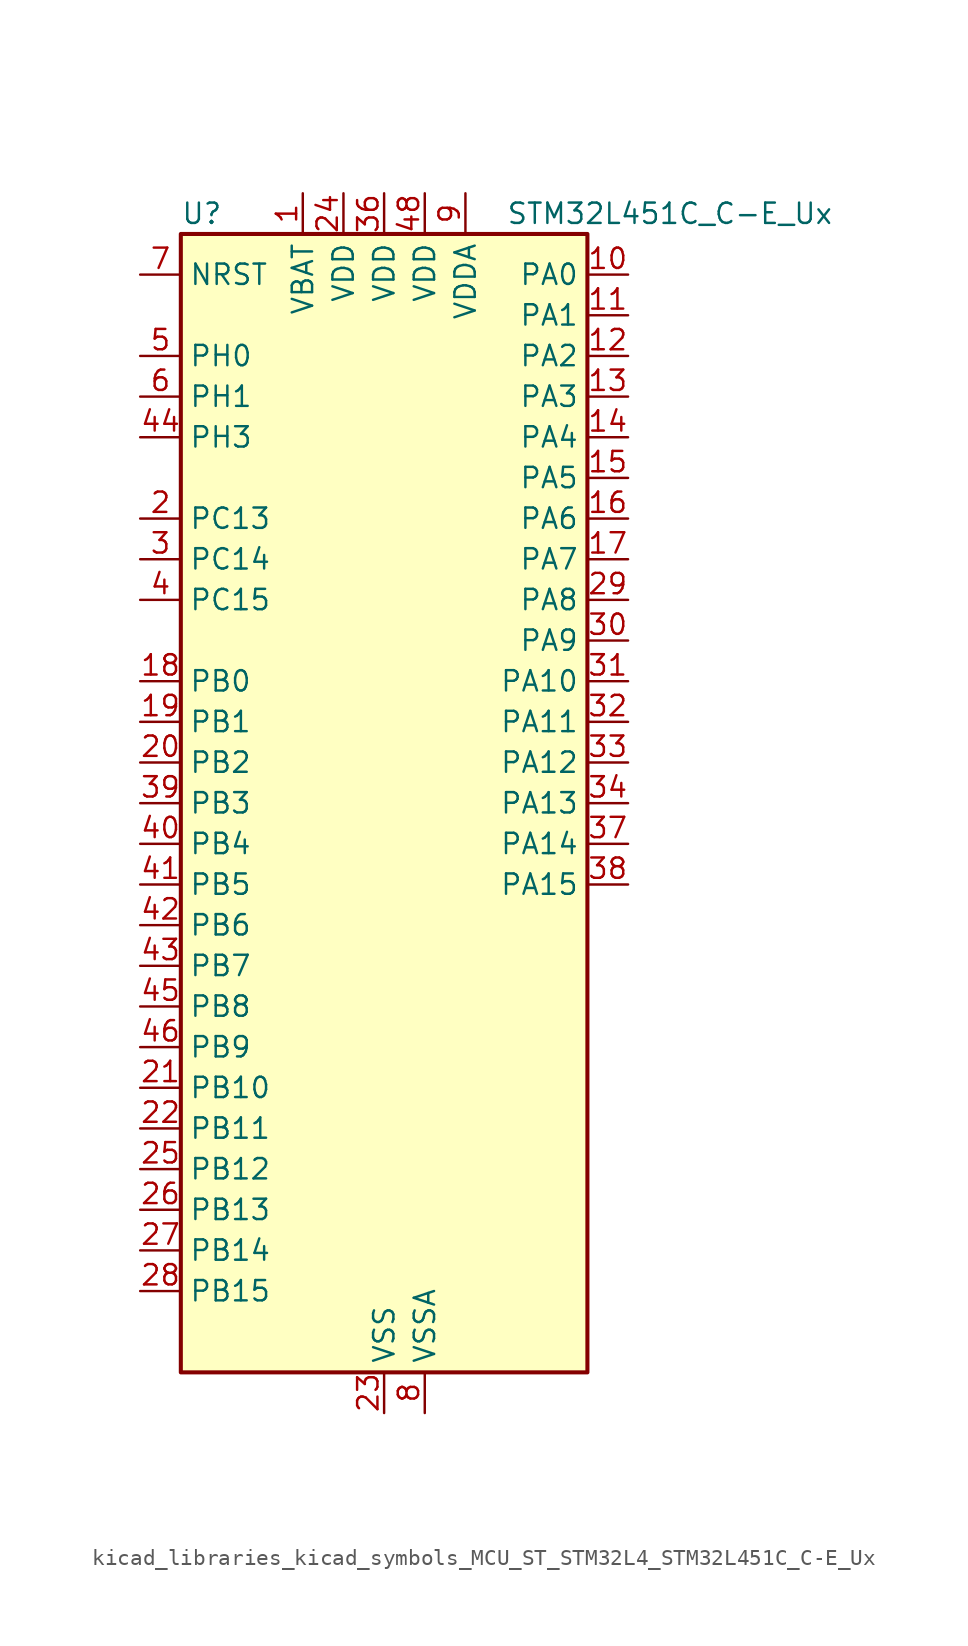
<source format=kicad_sym>
(kicad_symbol_lib
  (version 20220914)
  (generator kicad_symbol_editor)
  (symbol "kicad_libraries_kicad_symbols_MCU_ST_STM32L4_STM32L451C_C-E_Ux"
    (property "Reference" "U"
      (at -12.7 36.83 0)
      (effects (font (size 1.27 1.27)) (justify left)))
    (property "Value" "STM32L451C_C-E_Ux"
      (at 7.62 36.83 0)
      (effects (font (size 1.27 1.27)) (justify left)))
    (property "ki_locked" ""
      (at 0 0 0)
      (effects (font (size 1.27 1.27))))
    (symbol "kicad_libraries_kicad_symbols_MCU_ST_STM32L4_STM32L451C_C-E_Ux_0_1"
      (rectangle (start -12.7 -35.56) (end 12.7 35.56) (stroke (width 0.254) (type default)) (fill (type background))))
    (symbol "kicad_libraries_kicad_symbols_MCU_ST_STM32L4_STM32L451C_C-E_Ux_1_1"
      (pin power_in line (at -5.08 38.1 270) (length 2.54) (name "VBAT" (effects (font (size 1.27 1.27)))) (number "1" (effects (font (size 1.27 1.27)))))
      (pin bidirectional line (at 15.24 33.02 180) (length 2.54) (name "PA0" (effects (font (size 1.27 1.27)))) (number "10" (effects (font (size 1.27 1.27)))) (alternate "ADC1_IN5" bidirectional line) (alternate "COMP1_INM" bidirectional line) (alternate "COMP1_OUT" bidirectional line) (alternate "OPAMP1_VINP" bidirectional line) (alternate "RTC_TAMP2" bidirectional line) (alternate "SAI1_EXTCLK" bidirectional line) (alternate "SYS_WKUP1" bidirectional line) (alternate "TIM2_CH1" bidirectional line) (alternate "TIM2_ETR" bidirectional line) (alternate "UART4_TX" bidirectional line) (alternate "USART2_CTS" bidirectional line))
      (pin bidirectional line (at 15.24 30.48 180) (length 2.54) (name "PA1" (effects (font (size 1.27 1.27)))) (number "11" (effects (font (size 1.27 1.27)))) (alternate "ADC1_IN6" bidirectional line) (alternate "COMP1_INP" bidirectional line) (alternate "I2C1_SMBA" bidirectional line) (alternate "OPAMP1_VINM" bidirectional line) (alternate "SPI1_SCK" bidirectional line) (alternate "TIM15_CH1N" bidirectional line) (alternate "TIM2_CH2" bidirectional line) (alternate "UART4_RX" bidirectional line) (alternate "USART2_DE" bidirectional line) (alternate "USART2_RTS" bidirectional line))
      (pin bidirectional line (at 15.24 27.94 180) (length 2.54) (name "PA2" (effects (font (size 1.27 1.27)))) (number "12" (effects (font (size 1.27 1.27)))) (alternate "ADC1_IN7" bidirectional line) (alternate "COMP2_INM" bidirectional line) (alternate "COMP2_OUT" bidirectional line) (alternate "LPUART1_TX" bidirectional line) (alternate "QUADSPI_BK1_NCS" bidirectional line) (alternate "RCC_LSCO" bidirectional line) (alternate "SYS_WKUP4" bidirectional line) (alternate "TIM15_CH1" bidirectional line) (alternate "TIM2_CH3" bidirectional line) (alternate "USART2_TX" bidirectional line))
      (pin bidirectional line (at 15.24 25.4 180) (length 2.54) (name "PA3" (effects (font (size 1.27 1.27)))) (number "13" (effects (font (size 1.27 1.27)))) (alternate "ADC1_IN8" bidirectional line) (alternate "COMP2_INP" bidirectional line) (alternate "LPUART1_RX" bidirectional line) (alternate "OPAMP1_VOUT" bidirectional line) (alternate "QUADSPI_CLK" bidirectional line) (alternate "SAI1_MCLK_A" bidirectional line) (alternate "TIM15_CH2" bidirectional line) (alternate "TIM2_CH4" bidirectional line) (alternate "USART2_RX" bidirectional line))
      (pin bidirectional line (at 15.24 22.86 180) (length 2.54) (name "PA4" (effects (font (size 1.27 1.27)))) (number "14" (effects (font (size 1.27 1.27)))) (alternate "ADC1_IN9" bidirectional line) (alternate "COMP1_INM" bidirectional line) (alternate "COMP2_INM" bidirectional line) (alternate "DAC1_OUT1" bidirectional line) (alternate "LPTIM2_OUT" bidirectional line) (alternate "SAI1_FS_B" bidirectional line) (alternate "SPI1_NSS" bidirectional line) (alternate "SPI3_NSS" bidirectional line) (alternate "USART2_CK" bidirectional line))
      (pin bidirectional line (at 15.24 20.32 180) (length 2.54) (name "PA5" (effects (font (size 1.27 1.27)))) (number "15" (effects (font (size 1.27 1.27)))) (alternate "ADC1_IN10" bidirectional line) (alternate "COMP1_INM" bidirectional line) (alternate "COMP2_INM" bidirectional line) (alternate "DFSDM1_CKOUT" bidirectional line) (alternate "LPTIM2_ETR" bidirectional line) (alternate "SPI1_SCK" bidirectional line) (alternate "TIM2_CH1" bidirectional line) (alternate "TIM2_ETR" bidirectional line))
      (pin bidirectional line (at 15.24 17.78 180) (length 2.54) (name "PA6" (effects (font (size 1.27 1.27)))) (number "16" (effects (font (size 1.27 1.27)))) (alternate "ADC1_IN11" bidirectional line) (alternate "COMP1_OUT" bidirectional line) (alternate "LPUART1_CTS" bidirectional line) (alternate "QUADSPI_BK1_IO3" bidirectional line) (alternate "SPI1_MISO" bidirectional line) (alternate "TIM16_CH1" bidirectional line) (alternate "TIM1_BKIN" bidirectional line) (alternate "TIM1_BKIN_COMP2" bidirectional line) (alternate "TIM3_CH1" bidirectional line) (alternate "USART3_CTS" bidirectional line))
      (pin bidirectional line (at 15.24 15.24 180) (length 2.54) (name "PA7" (effects (font (size 1.27 1.27)))) (number "17" (effects (font (size 1.27 1.27)))) (alternate "ADC1_IN12" bidirectional line) (alternate "COMP2_OUT" bidirectional line) (alternate "DFSDM1_DATIN0" bidirectional line) (alternate "I2C3_SCL" bidirectional line) (alternate "QUADSPI_BK1_IO2" bidirectional line) (alternate "SPI1_MOSI" bidirectional line) (alternate "TIM1_CH1N" bidirectional line) (alternate "TIM3_CH2" bidirectional line))
      (pin bidirectional line (at -15.24 7.62 0) (length 2.54) (name "PB0" (effects (font (size 1.27 1.27)))) (number "18" (effects (font (size 1.27 1.27)))) (alternate "ADC1_IN15" bidirectional line) (alternate "COMP1_OUT" bidirectional line) (alternate "DFSDM1_CKIN0" bidirectional line) (alternate "QUADSPI_BK1_IO1" bidirectional line) (alternate "SAI1_EXTCLK" bidirectional line) (alternate "SPI1_NSS" bidirectional line) (alternate "TIM1_CH2N" bidirectional line) (alternate "TIM3_CH3" bidirectional line) (alternate "USART3_CK" bidirectional line))
      (pin bidirectional line (at -15.24 5.08 0) (length 2.54) (name "PB1" (effects (font (size 1.27 1.27)))) (number "19" (effects (font (size 1.27 1.27)))) (alternate "ADC1_IN16" bidirectional line) (alternate "COMP1_INM" bidirectional line) (alternate "DFSDM1_DATIN0" bidirectional line) (alternate "LPTIM2_IN1" bidirectional line) (alternate "LPUART1_DE" bidirectional line) (alternate "LPUART1_RTS" bidirectional line) (alternate "QUADSPI_BK1_IO0" bidirectional line) (alternate "TIM1_CH3N" bidirectional line) (alternate "TIM3_CH4" bidirectional line) (alternate "USART3_DE" bidirectional line) (alternate "USART3_RTS" bidirectional line))
      (pin bidirectional line (at -15.24 17.78 0) (length 2.54) (name "PC13" (effects (font (size 1.27 1.27)))) (number "2" (effects (font (size 1.27 1.27)))) (alternate "RTC_OUT_ALARM" bidirectional line) (alternate "RTC_OUT_CALIB" bidirectional line) (alternate "RTC_TAMP1" bidirectional line) (alternate "RTC_TS" bidirectional line) (alternate "SYS_WKUP2" bidirectional line))
      (pin bidirectional line (at -15.24 2.54 0) (length 2.54) (name "PB2" (effects (font (size 1.27 1.27)))) (number "20" (effects (font (size 1.27 1.27)))) (alternate "COMP1_INP" bidirectional line) (alternate "DFSDM1_CKIN0" bidirectional line) (alternate "I2C3_SMBA" bidirectional line) (alternate "LPTIM1_OUT" bidirectional line) (alternate "RTC_OUT_ALARM" bidirectional line) (alternate "RTC_OUT_CALIB" bidirectional line))
      (pin bidirectional line (at -15.24 -17.78 0) (length 2.54) (name "PB10" (effects (font (size 1.27 1.27)))) (number "21" (effects (font (size 1.27 1.27)))) (alternate "COMP1_OUT" bidirectional line) (alternate "I2C2_SCL" bidirectional line) (alternate "I2C4_SCL" bidirectional line) (alternate "LPUART1_RX" bidirectional line) (alternate "QUADSPI_CLK" bidirectional line) (alternate "SAI1_SCK_A" bidirectional line) (alternate "SPI2_SCK" bidirectional line) (alternate "TIM2_CH3" bidirectional line) (alternate "TSC_SYNC" bidirectional line) (alternate "USART3_TX" bidirectional line))
      (pin bidirectional line (at -15.24 -20.32 0) (length 2.54) (name "PB11" (effects (font (size 1.27 1.27)))) (number "22" (effects (font (size 1.27 1.27)))) (alternate "ADC1_EXTI11" bidirectional line) (alternate "COMP2_OUT" bidirectional line) (alternate "I2C2_SDA" bidirectional line) (alternate "I2C4_SDA" bidirectional line) (alternate "LPUART1_TX" bidirectional line) (alternate "QUADSPI_BK1_NCS" bidirectional line) (alternate "TIM2_CH4" bidirectional line) (alternate "USART3_RX" bidirectional line))
      (pin power_in line (at 0 -38.1 90) (length 2.54) (name "VSS" (effects (font (size 1.27 1.27)))) (number "23" (effects (font (size 1.27 1.27)))))
      (pin power_in line (at -2.54 38.1 270) (length 2.54) (name "VDD" (effects (font (size 1.27 1.27)))) (number "24" (effects (font (size 1.27 1.27)))))
      (pin bidirectional line (at -15.24 -22.86 0) (length 2.54) (name "PB12" (effects (font (size 1.27 1.27)))) (number "25" (effects (font (size 1.27 1.27)))) (alternate "CAN1_RX" bidirectional line) (alternate "DFSDM1_DATIN1" bidirectional line) (alternate "I2C2_SMBA" bidirectional line) (alternate "LPUART1_DE" bidirectional line) (alternate "LPUART1_RTS" bidirectional line) (alternate "SAI1_FS_A" bidirectional line) (alternate "SPI2_NSS" bidirectional line) (alternate "TIM15_BKIN" bidirectional line) (alternate "TIM1_BKIN" bidirectional line) (alternate "TIM1_BKIN_COMP2" bidirectional line) (alternate "TSC_G1_IO1" bidirectional line) (alternate "USART3_CK" bidirectional line))
      (pin bidirectional line (at -15.24 -25.4 0) (length 2.54) (name "PB13" (effects (font (size 1.27 1.27)))) (number "26" (effects (font (size 1.27 1.27)))) (alternate "CAN1_TX" bidirectional line) (alternate "DFSDM1_CKIN1" bidirectional line) (alternate "I2C2_SCL" bidirectional line) (alternate "LPUART1_CTS" bidirectional line) (alternate "SAI1_SCK_A" bidirectional line) (alternate "SPI2_SCK" bidirectional line) (alternate "TIM15_CH1N" bidirectional line) (alternate "TIM1_CH1N" bidirectional line) (alternate "TSC_G1_IO2" bidirectional line) (alternate "USART3_CTS" bidirectional line))
      (pin bidirectional line (at -15.24 -27.94 0) (length 2.54) (name "PB14" (effects (font (size 1.27 1.27)))) (number "27" (effects (font (size 1.27 1.27)))) (alternate "DFSDM1_DATIN2" bidirectional line) (alternate "I2C2_SDA" bidirectional line) (alternate "SAI1_MCLK_A" bidirectional line) (alternate "SPI2_MISO" bidirectional line) (alternate "TIM15_CH1" bidirectional line) (alternate "TIM1_CH2N" bidirectional line) (alternate "TSC_G1_IO3" bidirectional line) (alternate "USART3_DE" bidirectional line) (alternate "USART3_RTS" bidirectional line))
      (pin bidirectional line (at -15.24 -30.48 0) (length 2.54) (name "PB15" (effects (font (size 1.27 1.27)))) (number "28" (effects (font (size 1.27 1.27)))) (alternate "ADC1_EXTI15" bidirectional line) (alternate "DFSDM1_CKIN2" bidirectional line) (alternate "RTC_REFIN" bidirectional line) (alternate "SAI1_SD_A" bidirectional line) (alternate "SPI2_MOSI" bidirectional line) (alternate "TIM15_CH2" bidirectional line) (alternate "TIM1_CH3N" bidirectional line) (alternate "TSC_G1_IO4" bidirectional line))
      (pin bidirectional line (at 15.24 12.7 180) (length 2.54) (name "PA8" (effects (font (size 1.27 1.27)))) (number "29" (effects (font (size 1.27 1.27)))) (alternate "DFSDM1_CKIN1" bidirectional line) (alternate "LPTIM2_OUT" bidirectional line) (alternate "RCC_MCO" bidirectional line) (alternate "SAI1_SCK_A" bidirectional line) (alternate "TIM1_CH1" bidirectional line) (alternate "USART1_CK" bidirectional line))
      (pin bidirectional line (at -15.24 15.24 0) (length 2.54) (name "PC14" (effects (font (size 1.27 1.27)))) (number "3" (effects (font (size 1.27 1.27)))) (alternate "RCC_OSC32_IN" bidirectional line))
      (pin bidirectional line (at 15.24 10.16 180) (length 2.54) (name "PA9" (effects (font (size 1.27 1.27)))) (number "30" (effects (font (size 1.27 1.27)))) (alternate "DAC1_EXTI9" bidirectional line) (alternate "DFSDM1_DATIN1" bidirectional line) (alternate "I2C1_SCL" bidirectional line) (alternate "SAI1_FS_A" bidirectional line) (alternate "TIM15_BKIN" bidirectional line) (alternate "TIM1_CH2" bidirectional line) (alternate "USART1_TX" bidirectional line))
      (pin bidirectional line (at 15.24 7.62 180) (length 2.54) (name "PA10" (effects (font (size 1.27 1.27)))) (number "31" (effects (font (size 1.27 1.27)))) (alternate "I2C1_SDA" bidirectional line) (alternate "SAI1_SD_A" bidirectional line) (alternate "TIM1_CH3" bidirectional line) (alternate "USART1_RX" bidirectional line))
      (pin bidirectional line (at 15.24 5.08 180) (length 2.54) (name "PA11" (effects (font (size 1.27 1.27)))) (number "32" (effects (font (size 1.27 1.27)))) (alternate "ADC1_EXTI11" bidirectional line) (alternate "CAN1_RX" bidirectional line) (alternate "COMP1_OUT" bidirectional line) (alternate "SPI1_MISO" bidirectional line) (alternate "TIM1_BKIN2" bidirectional line) (alternate "TIM1_BKIN2_COMP1" bidirectional line) (alternate "TIM1_CH4" bidirectional line) (alternate "USART1_CTS" bidirectional line))
      (pin bidirectional line (at 15.24 2.54 180) (length 2.54) (name "PA12" (effects (font (size 1.27 1.27)))) (number "33" (effects (font (size 1.27 1.27)))) (alternate "CAN1_TX" bidirectional line) (alternate "SPI1_MOSI" bidirectional line) (alternate "TIM1_ETR" bidirectional line) (alternate "USART1_DE" bidirectional line) (alternate "USART1_RTS" bidirectional line))
      (pin bidirectional line (at 15.24 0 180) (length 2.54) (name "PA13" (effects (font (size 1.27 1.27)))) (number "34" (effects (font (size 1.27 1.27)))) (alternate "IR_OUT" bidirectional line) (alternate "SAI1_SD_B" bidirectional line) (alternate "SYS_JTMS-SWDIO" bidirectional line))
      (pin passive line (at 0 -38.1 90) (length 2.54) hide (name "VSS" (effects (font (size 1.27 1.27)))) (number "35" (effects (font (size 1.27 1.27)))))
      (pin power_in line (at 0 38.1 270) (length 2.54) (name "VDD" (effects (font (size 1.27 1.27)))) (number "36" (effects (font (size 1.27 1.27)))))
      (pin bidirectional line (at 15.24 -2.54 180) (length 2.54) (name "PA14" (effects (font (size 1.27 1.27)))) (number "37" (effects (font (size 1.27 1.27)))) (alternate "I2C1_SMBA" bidirectional line) (alternate "I2C4_SMBA" bidirectional line) (alternate "LPTIM1_OUT" bidirectional line) (alternate "SAI1_FS_B" bidirectional line) (alternate "SYS_JTCK-SWCLK" bidirectional line))
      (pin bidirectional line (at 15.24 -5.08 180) (length 2.54) (name "PA15" (effects (font (size 1.27 1.27)))) (number "38" (effects (font (size 1.27 1.27)))) (alternate "ADC1_EXTI15" bidirectional line) (alternate "SPI1_NSS" bidirectional line) (alternate "SPI3_NSS" bidirectional line) (alternate "SYS_JTDI" bidirectional line) (alternate "TIM2_CH1" bidirectional line) (alternate "TIM2_ETR" bidirectional line) (alternate "UART4_DE" bidirectional line) (alternate "UART4_RTS" bidirectional line) (alternate "USART2_RX" bidirectional line) (alternate "USART3_DE" bidirectional line) (alternate "USART3_RTS" bidirectional line))
      (pin bidirectional line (at -15.24 0 0) (length 2.54) (name "PB3" (effects (font (size 1.27 1.27)))) (number "39" (effects (font (size 1.27 1.27)))) (alternate "COMP2_INM" bidirectional line) (alternate "SAI1_SCK_B" bidirectional line) (alternate "SPI1_SCK" bidirectional line) (alternate "SPI3_SCK" bidirectional line) (alternate "SYS_JTDO-SWO" bidirectional line) (alternate "TIM2_CH2" bidirectional line) (alternate "USART1_DE" bidirectional line) (alternate "USART1_RTS" bidirectional line))
      (pin bidirectional line (at -15.24 12.7 0) (length 2.54) (name "PC15" (effects (font (size 1.27 1.27)))) (number "4" (effects (font (size 1.27 1.27)))) (alternate "ADC1_EXTI15" bidirectional line) (alternate "RCC_OSC32_OUT" bidirectional line))
      (pin bidirectional line (at -15.24 -2.54 0) (length 2.54) (name "PB4" (effects (font (size 1.27 1.27)))) (number "40" (effects (font (size 1.27 1.27)))) (alternate "COMP2_INP" bidirectional line) (alternate "I2C3_SDA" bidirectional line) (alternate "SAI1_MCLK_B" bidirectional line) (alternate "SPI1_MISO" bidirectional line) (alternate "SPI3_MISO" bidirectional line) (alternate "SYS_JTRST" bidirectional line) (alternate "TIM3_CH1" bidirectional line) (alternate "TSC_G2_IO1" bidirectional line) (alternate "USART1_CTS" bidirectional line))
      (pin bidirectional line (at -15.24 -5.08 0) (length 2.54) (name "PB5" (effects (font (size 1.27 1.27)))) (number "41" (effects (font (size 1.27 1.27)))) (alternate "CAN1_RX" bidirectional line) (alternate "COMP2_OUT" bidirectional line) (alternate "I2C1_SMBA" bidirectional line) (alternate "LPTIM1_IN1" bidirectional line) (alternate "SAI1_SD_B" bidirectional line) (alternate "SPI1_MOSI" bidirectional line) (alternate "SPI3_MOSI" bidirectional line) (alternate "TIM16_BKIN" bidirectional line) (alternate "TIM3_CH2" bidirectional line) (alternate "TSC_G2_IO2" bidirectional line) (alternate "USART1_CK" bidirectional line))
      (pin bidirectional line (at -15.24 -7.62 0) (length 2.54) (name "PB6" (effects (font (size 1.27 1.27)))) (number "42" (effects (font (size 1.27 1.27)))) (alternate "CAN1_TX" bidirectional line) (alternate "COMP2_INP" bidirectional line) (alternate "I2C1_SCL" bidirectional line) (alternate "I2C4_SCL" bidirectional line) (alternate "LPTIM1_ETR" bidirectional line) (alternate "SAI1_FS_B" bidirectional line) (alternate "TIM16_CH1N" bidirectional line) (alternate "TSC_G2_IO3" bidirectional line) (alternate "USART1_TX" bidirectional line))
      (pin bidirectional line (at -15.24 -10.16 0) (length 2.54) (name "PB7" (effects (font (size 1.27 1.27)))) (number "43" (effects (font (size 1.27 1.27)))) (alternate "COMP2_INM" bidirectional line) (alternate "I2C1_SDA" bidirectional line) (alternate "I2C4_SDA" bidirectional line) (alternate "LPTIM1_IN2" bidirectional line) (alternate "SYS_PVD_IN" bidirectional line) (alternate "TSC_G2_IO4" bidirectional line) (alternate "UART4_CTS" bidirectional line) (alternate "USART1_RX" bidirectional line))
      (pin bidirectional line (at -15.24 22.86 0) (length 2.54) (name "PH3" (effects (font (size 1.27 1.27)))) (number "44" (effects (font (size 1.27 1.27)))))
      (pin bidirectional line (at -15.24 -12.7 0) (length 2.54) (name "PB8" (effects (font (size 1.27 1.27)))) (number "45" (effects (font (size 1.27 1.27)))) (alternate "CAN1_RX" bidirectional line) (alternate "I2C1_SCL" bidirectional line) (alternate "SAI1_MCLK_A" bidirectional line) (alternate "TIM16_CH1" bidirectional line))
      (pin bidirectional line (at -15.24 -15.24 0) (length 2.54) (name "PB9" (effects (font (size 1.27 1.27)))) (number "46" (effects (font (size 1.27 1.27)))) (alternate "CAN1_TX" bidirectional line) (alternate "DAC1_EXTI9" bidirectional line) (alternate "I2C1_SDA" bidirectional line) (alternate "IR_OUT" bidirectional line) (alternate "SAI1_FS_A" bidirectional line) (alternate "SPI2_NSS" bidirectional line))
      (pin passive line (at 0 -38.1 90) (length 2.54) hide (name "VSS" (effects (font (size 1.27 1.27)))) (number "47" (effects (font (size 1.27 1.27)))))
      (pin power_in line (at 2.54 38.1 270) (length 2.54) (name "VDD" (effects (font (size 1.27 1.27)))) (number "48" (effects (font (size 1.27 1.27)))))
      (pin passive line (at 0 -38.1 90) (length 2.54) hide (name "VSS" (effects (font (size 1.27 1.27)))) (number "49" (effects (font (size 1.27 1.27)))))
      (pin bidirectional line (at -15.24 27.94 0) (length 2.54) (name "PH0" (effects (font (size 1.27 1.27)))) (number "5" (effects (font (size 1.27 1.27)))) (alternate "RCC_OSC_IN" bidirectional line))
      (pin bidirectional line (at -15.24 25.4 0) (length 2.54) (name "PH1" (effects (font (size 1.27 1.27)))) (number "6" (effects (font (size 1.27 1.27)))) (alternate "RCC_OSC_OUT" bidirectional line))
      (pin input line (at -15.24 33.02 0) (length 2.54) (name "NRST" (effects (font (size 1.27 1.27)))) (number "7" (effects (font (size 1.27 1.27)))))
      (pin power_in line (at 2.54 -38.1 90) (length 2.54) (name "VSSA" (effects (font (size 1.27 1.27)))) (number "8" (effects (font (size 1.27 1.27)))))
      (pin power_in line (at 5.08 38.1 270) (length 2.54) (name "VDDA" (effects (font (size 1.27 1.27)))) (number "9" (effects (font (size 1.27 1.27))))))))
</source>
